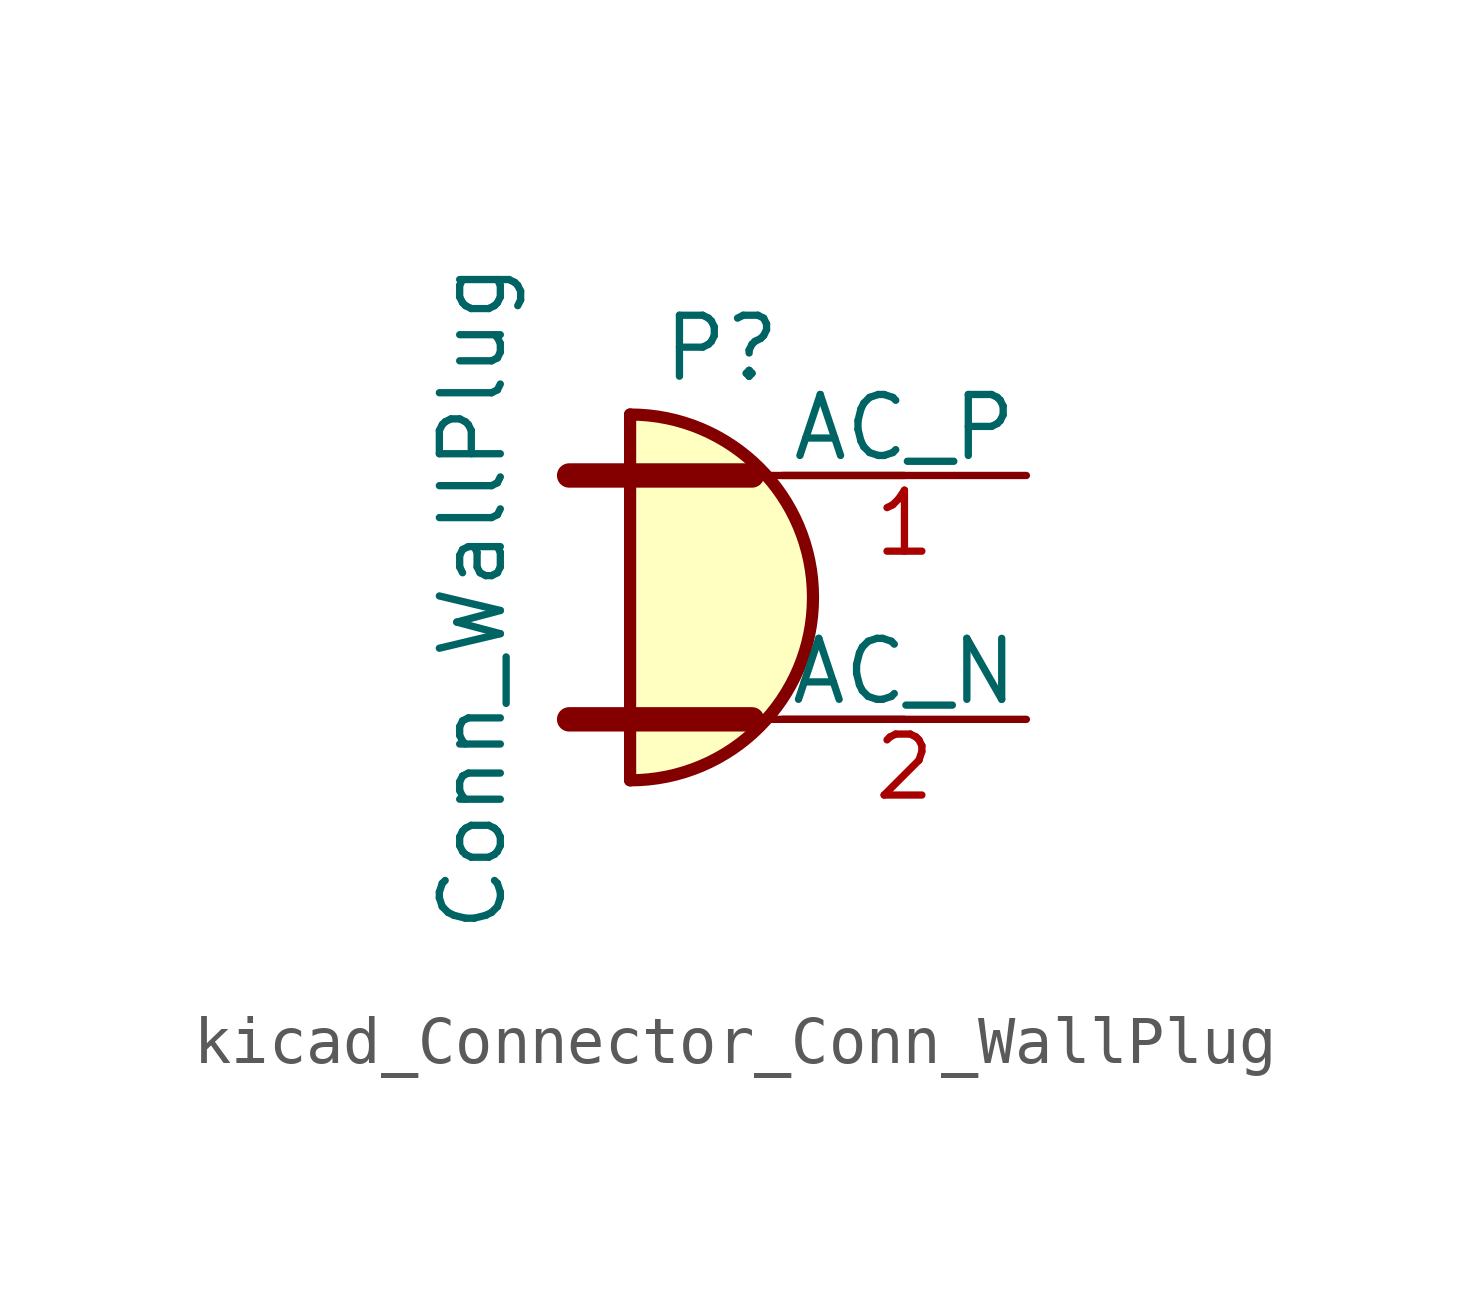
<source format=kicad_sym>
(kicad_symbol_lib
  (version 20220914)
  (generator kicad_symbol_editor)
  (symbol "kicad_Connector_Conn_WallPlug"
    (pin_names
      (offset 0))
    (property "Reference" "P"
      (at -1.27 4.445 0)
      (effects (font (size 1.27 1.27)) (justify bottom)))
    (property "Value" "Conn_WallPlug"
      (at -5.715 0 90)
      (effects (font (size 1.27 1.27)) (justify bottom)))
    (symbol "kicad_Connector_Conn_WallPlug_0_1"
      (arc (start -3.175 -3.81) (mid 0.6184 0) (end -3.175 3.81) (stroke (width 0.254) (type default)) (fill (type background)))
      (polyline (pts (xy -4.445 -2.54) (xy -0.635 -2.54)) (stroke (width 0.508) (type default)) (fill (type none)))
      (polyline (pts (xy -4.445 2.54) (xy -0.635 2.54)) (stroke (width 0.508) (type default)) (fill (type none)))
      (polyline (pts (xy -3.175 -3.81) (xy -3.175 3.81)) (stroke (width 0.254) (type default)) (fill (type none)))
      (polyline (pts (xy -0.635 -2.54) (xy 2.54 -2.54)) (stroke (width 0) (type default)) (fill (type none)))
      (polyline (pts (xy -0.635 2.54) (xy 2.54 2.54)) (stroke (width 0) (type default)) (fill (type none))))
    (symbol "kicad_Connector_Conn_WallPlug_1_1"
      (pin power_out line (at 5.08 2.54 180) (length 5.08) (name "AC_P" (effects (font (size 1.27 1.27)))) (number "1" (effects (font (size 1.27 1.27)))))
      (pin power_out line (at 5.08 -2.54 180) (length 5.08) (name "AC_N" (effects (font (size 1.27 1.27)))) (number "2" (effects (font (size 1.27 1.27))))))))
</source>
